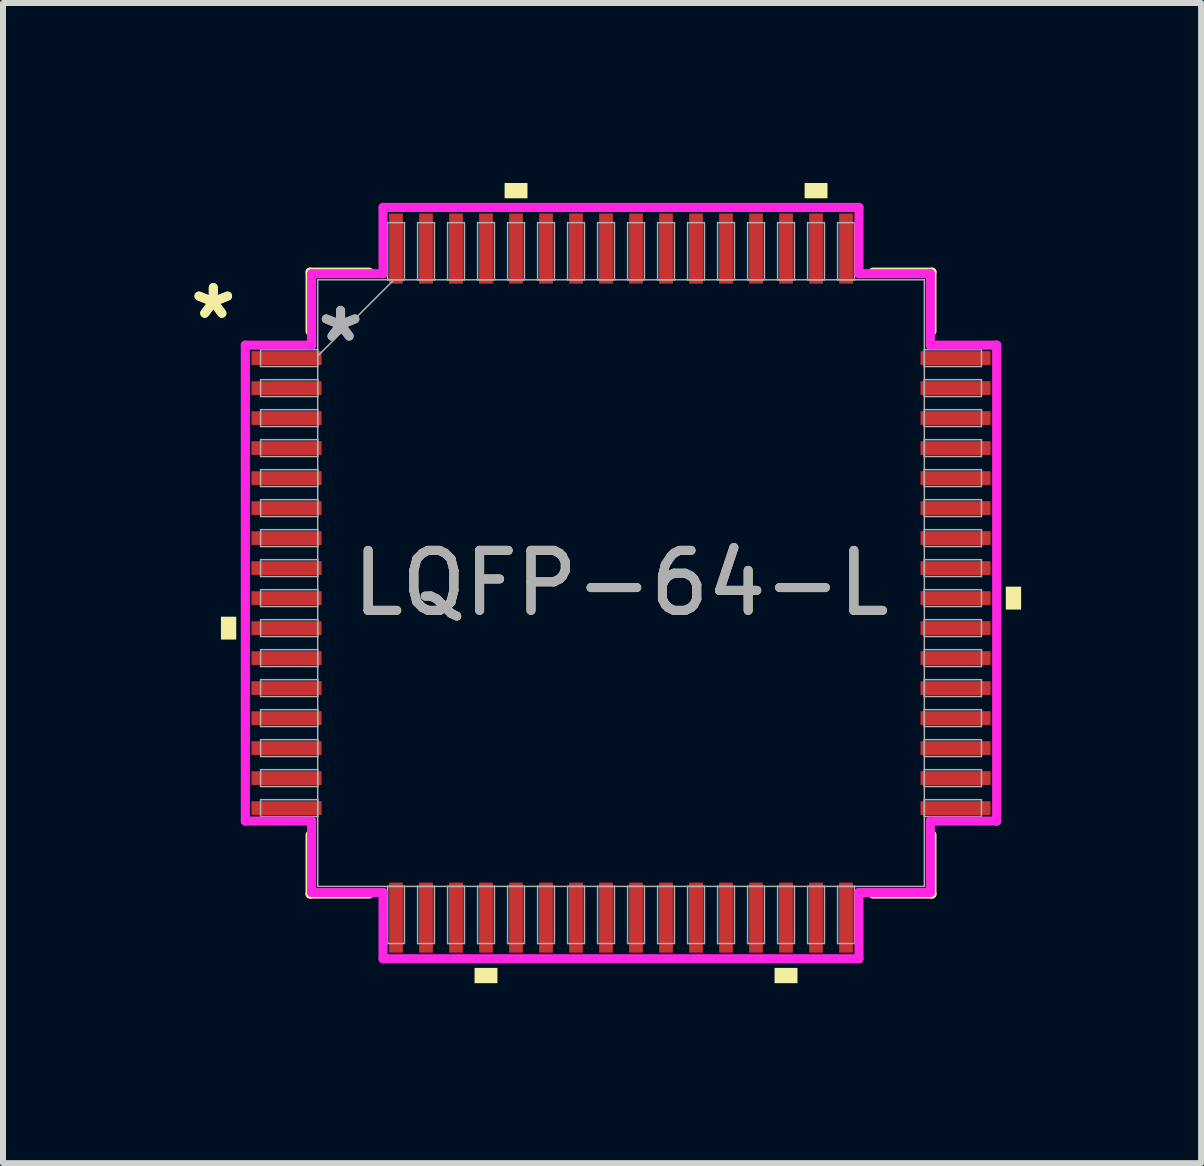
<source format=kicad_pcb>
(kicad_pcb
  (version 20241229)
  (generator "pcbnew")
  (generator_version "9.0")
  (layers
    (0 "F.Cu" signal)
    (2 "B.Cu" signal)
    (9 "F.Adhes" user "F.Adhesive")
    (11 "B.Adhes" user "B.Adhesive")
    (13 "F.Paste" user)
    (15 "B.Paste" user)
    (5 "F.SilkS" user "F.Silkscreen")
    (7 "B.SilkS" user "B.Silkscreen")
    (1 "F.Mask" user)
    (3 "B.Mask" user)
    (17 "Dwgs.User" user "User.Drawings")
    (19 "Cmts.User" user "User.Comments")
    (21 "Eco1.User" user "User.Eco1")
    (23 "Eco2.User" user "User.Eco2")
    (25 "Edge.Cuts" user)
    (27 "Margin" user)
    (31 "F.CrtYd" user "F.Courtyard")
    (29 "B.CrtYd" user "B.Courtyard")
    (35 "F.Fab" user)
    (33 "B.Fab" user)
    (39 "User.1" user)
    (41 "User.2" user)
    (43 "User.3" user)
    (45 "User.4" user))
  (footprint "LQFP-64-L"
    (layer "F.Cu")
    (at 7.3 6.668)
    (property "Reference" "LQFP-64-L" (at 0 0 0) (unlocked yes) (layer "F.SilkS") (effects (font (size 1 1) (thickness 0.15))))
    (attr smd)
    (fp_line (start -5.182 -5.182) (end -5.182 -4.197) (stroke (width 0.152) (type solid)) (layer "F.SilkS"))
    (fp_line (start -5.182 4.197) (end -5.182 5.182) (stroke (width 0.152) (type solid)) (layer "F.SilkS"))
    (fp_line (start -5.182 5.182) (end -4.197 5.182) (stroke (width 0.152) (type solid)) (layer "F.SilkS"))
    (fp_line (start -4.197 -5.182) (end -5.182 -5.182) (stroke (width 0.152) (type solid)) (layer "F.SilkS"))
    (fp_line (start 4.197 5.182) (end 5.182 5.182) (stroke (width 0.152) (type solid)) (layer "F.SilkS"))
    (fp_line (start 5.182 -5.182) (end 4.197 -5.182) (stroke (width 0.152) (type solid)) (layer "F.SilkS"))
    (fp_line (start 5.182 -4.197) (end 5.182 -5.182) (stroke (width 0.152) (type solid)) (layer "F.SilkS"))
    (fp_line (start 5.182 5.182) (end 5.182 4.197) (stroke (width 0.152) (type solid)) (layer "F.SilkS"))
    (fp_poly (pts (xy -6.668 0.56) (xy -6.668 0.941) (xy -6.413 0.941) (xy -6.413 0.56)) (stroke (width 0) (type solid)) (fill yes) (layer "F.SilkS"))
    (fp_poly (pts (xy -2.441 6.413) (xy -2.441 6.668) (xy -2.06 6.668) (xy -2.06 6.413)) (stroke (width 0) (type solid)) (fill yes) (layer "F.SilkS"))
    (fp_poly (pts (xy -1.94 -6.413) (xy -1.94 -6.668) (xy -1.559 -6.668) (xy -1.559 -6.413)) (stroke (width 0) (type solid)) (fill yes) (layer "F.SilkS"))
    (fp_poly (pts (xy 2.559 6.413) (xy 2.559 6.668) (xy 2.941 6.668) (xy 2.941 6.413)) (stroke (width 0) (type solid)) (fill yes) (layer "F.SilkS"))
    (fp_poly (pts (xy 3.06 -6.413) (xy 3.06 -6.668) (xy 3.441 -6.668) (xy 3.441 -6.413)) (stroke (width 0) (type solid)) (fill yes) (layer "F.SilkS"))
    (fp_poly (pts (xy 6.668 0.059) (xy 6.668 0.441) (xy 6.413 0.441) (xy 6.413 0.059)) (stroke (width 0) (type solid)) (fill yes) (layer "F.SilkS"))
    (fp_line (start -6.261 -3.966) (end -5.156 -3.966) (stroke (width 0.152) (type solid)) (layer "F.CrtYd"))
    (fp_line (start -6.261 3.966) (end -6.261 -3.966) (stroke (width 0.152) (type solid)) (layer "F.CrtYd"))
    (fp_line (start -5.156 -5.156) (end -3.966 -5.156) (stroke (width 0.152) (type solid)) (layer "F.CrtYd"))
    (fp_line (start -5.156 -3.966) (end -5.156 -5.156) (stroke (width 0.152) (type solid)) (layer "F.CrtYd"))
    (fp_line (start -5.156 3.966) (end -6.261 3.966) (stroke (width 0.152) (type solid)) (layer "F.CrtYd"))
    (fp_line (start -5.156 5.156) (end -5.156 3.966) (stroke (width 0.152) (type solid)) (layer "F.CrtYd"))
    (fp_line (start -5.156 5.156) (end -3.966 5.156) (stroke (width 0.152) (type solid)) (layer "F.CrtYd"))
    (fp_line (start -3.966 -6.261) (end 3.966 -6.261) (stroke (width 0.152) (type solid)) (layer "F.CrtYd"))
    (fp_line (start -3.966 -5.156) (end -3.966 -6.261) (stroke (width 0.152) (type solid)) (layer "F.CrtYd"))
    (fp_line (start -3.966 5.156) (end -3.966 6.261) (stroke (width 0.152) (type solid)) (layer "F.CrtYd"))
    (fp_line (start -3.966 6.261) (end 3.966 6.261) (stroke (width 0.152) (type solid)) (layer "F.CrtYd"))
    (fp_line (start 3.966 -6.261) (end 3.966 -5.156) (stroke (width 0.152) (type solid)) (layer "F.CrtYd"))
    (fp_line (start 3.966 -5.156) (end 5.156 -5.156) (stroke (width 0.152) (type solid)) (layer "F.CrtYd"))
    (fp_line (start 3.966 5.156) (end 5.156 5.156) (stroke (width 0.152) (type solid)) (layer "F.CrtYd"))
    (fp_line (start 3.966 6.261) (end 3.966 5.156) (stroke (width 0.152) (type solid)) (layer "F.CrtYd"))
    (fp_line (start 5.156 -3.966) (end 5.156 -5.156) (stroke (width 0.152) (type solid)) (layer "F.CrtYd"))
    (fp_line (start 5.156 3.966) (end 6.261 3.966) (stroke (width 0.152) (type solid)) (layer "F.CrtYd"))
    (fp_line (start 5.156 5.156) (end 5.156 3.966) (stroke (width 0.152) (type solid)) (layer "F.CrtYd"))
    (fp_line (start 6.261 -3.966) (end 5.156 -3.966) (stroke (width 0.152) (type solid)) (layer "F.CrtYd"))
    (fp_line (start 6.261 3.966) (end 6.261 -3.966) (stroke (width 0.152) (type solid)) (layer "F.CrtYd"))
    (fp_line (start -6.007 -3.89) (end -6.007 -3.61) (stroke (width 0.025) (type solid)) (layer "F.Fab"))
    (fp_line (start -6.007 -3.61) (end -5.055 -3.61) (stroke (width 0.025) (type solid)) (layer "F.Fab"))
    (fp_line (start -6.007 -3.39) (end -6.007 -3.11) (stroke (width 0.025) (type solid)) (layer "F.Fab"))
    (fp_line (start -6.007 -3.11) (end -5.055 -3.11) (stroke (width 0.025) (type solid)) (layer "F.Fab"))
    (fp_line (start -6.007 -2.89) (end -6.007 -2.61) (stroke (width 0.025) (type solid)) (layer "F.Fab"))
    (fp_line (start -6.007 -2.61) (end -5.055 -2.61) (stroke (width 0.025) (type solid)) (layer "F.Fab"))
    (fp_line (start -6.007 -2.39) (end -6.007 -2.11) (stroke (width 0.025) (type solid)) (layer "F.Fab"))
    (fp_line (start -6.007 -2.11) (end -5.055 -2.11) (stroke (width 0.025) (type solid)) (layer "F.Fab"))
    (fp_line (start -6.007 -1.89) (end -6.007 -1.61) (stroke (width 0.025) (type solid)) (layer "F.Fab"))
    (fp_line (start -6.007 -1.61) (end -5.055 -1.61) (stroke (width 0.025) (type solid)) (layer "F.Fab"))
    (fp_line (start -6.007 -1.39) (end -6.007 -1.11) (stroke (width 0.025) (type solid)) (layer "F.Fab"))
    (fp_line (start -6.007 -1.11) (end -5.055 -1.11) (stroke (width 0.025) (type solid)) (layer "F.Fab"))
    (fp_line (start -6.007 -0.89) (end -6.007 -0.61) (stroke (width 0.025) (type solid)) (layer "F.Fab"))
    (fp_line (start -6.007 -0.61) (end -5.055 -0.61) (stroke (width 0.025) (type solid)) (layer "F.Fab"))
    (fp_line (start -6.007 -0.39) (end -6.007 -0.11) (stroke (width 0.025) (type solid)) (layer "F.Fab"))
    (fp_line (start -6.007 -0.11) (end -5.055 -0.11) (stroke (width 0.025) (type solid)) (layer "F.Fab"))
    (fp_line (start -6.007 0.11) (end -6.007 0.39) (stroke (width 0.025) (type solid)) (layer "F.Fab"))
    (fp_line (start -6.007 0.39) (end -5.055 0.39) (stroke (width 0.025) (type solid)) (layer "F.Fab"))
    (fp_line (start -6.007 0.61) (end -6.007 0.89) (stroke (width 0.025) (type solid)) (layer "F.Fab"))
    (fp_line (start -6.007 0.89) (end -5.055 0.89) (stroke (width 0.025) (type solid)) (layer "F.Fab"))
    (fp_line (start -6.007 1.11) (end -6.007 1.39) (stroke (width 0.025) (type solid)) (layer "F.Fab"))
    (fp_line (start -6.007 1.39) (end -5.055 1.39) (stroke (width 0.025) (type solid)) (layer "F.Fab"))
    (fp_line (start -6.007 1.61) (end -6.007 1.89) (stroke (width 0.025) (type solid)) (layer "F.Fab"))
    (fp_line (start -6.007 1.89) (end -5.055 1.89) (stroke (width 0.025) (type solid)) (layer "F.Fab"))
    (fp_line (start -6.007 2.11) (end -6.007 2.39) (stroke (width 0.025) (type solid)) (layer "F.Fab"))
    (fp_line (start -6.007 2.39) (end -5.055 2.39) (stroke (width 0.025) (type solid)) (layer "F.Fab"))
    (fp_line (start -6.007 2.61) (end -6.007 2.89) (stroke (width 0.025) (type solid)) (layer "F.Fab"))
    (fp_line (start -6.007 2.89) (end -5.055 2.89) (stroke (width 0.025) (type solid)) (layer "F.Fab"))
    (fp_line (start -6.007 3.11) (end -6.007 3.39) (stroke (width 0.025) (type solid)) (layer "F.Fab"))
    (fp_line (start -6.007 3.39) (end -5.055 3.39) (stroke (width 0.025) (type solid)) (layer "F.Fab"))
    (fp_line (start -6.007 3.61) (end -6.007 3.89) (stroke (width 0.025) (type solid)) (layer "F.Fab"))
    (fp_line (start -6.007 3.89) (end -5.055 3.89) (stroke (width 0.025) (type solid)) (layer "F.Fab"))
    (fp_line (start -5.055 -5.055) (end -5.055 5.055) (stroke (width 0.025) (type solid)) (layer "F.Fab"))
    (fp_line (start -5.055 -3.89) (end -6.007 -3.89) (stroke (width 0.025) (type solid)) (layer "F.Fab"))
    (fp_line (start -5.055 -3.785) (end -3.785 -5.055) (stroke (width 0.025) (type solid)) (layer "F.Fab"))
    (fp_line (start -5.055 -3.61) (end -5.055 -3.89) (stroke (width 0.025) (type solid)) (layer "F.Fab"))
    (fp_line (start -5.055 -3.39) (end -6.007 -3.39) (stroke (width 0.025) (type solid)) (layer "F.Fab"))
    (fp_line (start -5.055 -3.11) (end -5.055 -3.39) (stroke (width 0.025) (type solid)) (layer "F.Fab"))
    (fp_line (start -5.055 -2.89) (end -6.007 -2.89) (stroke (width 0.025) (type solid)) (layer "F.Fab"))
    (fp_line (start -5.055 -2.61) (end -5.055 -2.89) (stroke (width 0.025) (type solid)) (layer "F.Fab"))
    (fp_line (start -5.055 -2.39) (end -6.007 -2.39) (stroke (width 0.025) (type solid)) (layer "F.Fab"))
    (fp_line (start -5.055 -2.11) (end -5.055 -2.39) (stroke (width 0.025) (type solid)) (layer "F.Fab"))
    (fp_line (start -5.055 -1.89) (end -6.007 -1.89) (stroke (width 0.025) (type solid)) (layer "F.Fab"))
    (fp_line (start -5.055 -1.61) (end -5.055 -1.89) (stroke (width 0.025) (type solid)) (layer "F.Fab"))
    (fp_line (start -5.055 -1.39) (end -6.007 -1.39) (stroke (width 0.025) (type solid)) (layer "F.Fab"))
    (fp_line (start -5.055 -1.11) (end -5.055 -1.39) (stroke (width 0.025) (type solid)) (layer "F.Fab"))
    (fp_line (start -5.055 -0.89) (end -6.007 -0.89) (stroke (width 0.025) (type solid)) (layer "F.Fab"))
    (fp_line (start -5.055 -0.61) (end -5.055 -0.89) (stroke (width 0.025) (type solid)) (layer "F.Fab"))
    (fp_line (start -5.055 -0.39) (end -6.007 -0.39) (stroke (width 0.025) (type solid)) (layer "F.Fab"))
    (fp_line (start -5.055 -0.11) (end -5.055 -0.39) (stroke (width 0.025) (type solid)) (layer "F.Fab"))
    (fp_line (start -5.055 0.11) (end -6.007 0.11) (stroke (width 0.025) (type solid)) (layer "F.Fab"))
    (fp_line (start -5.055 0.39) (end -5.055 0.11) (stroke (width 0.025) (type solid)) (layer "F.Fab"))
    (fp_line (start -5.055 0.61) (end -6.007 0.61) (stroke (width 0.025) (type solid)) (layer "F.Fab"))
    (fp_line (start -5.055 0.89) (end -5.055 0.61) (stroke (width 0.025) (type solid)) (layer "F.Fab"))
    (fp_line (start -5.055 1.11) (end -6.007 1.11) (stroke (width 0.025) (type solid)) (layer "F.Fab"))
    (fp_line (start -5.055 1.39) (end -5.055 1.11) (stroke (width 0.025) (type solid)) (layer "F.Fab"))
    (fp_line (start -5.055 1.61) (end -6.007 1.61) (stroke (width 0.025) (type solid)) (layer "F.Fab"))
    (fp_line (start -5.055 1.89) (end -5.055 1.61) (stroke (width 0.025) (type solid)) (layer "F.Fab"))
    (fp_line (start -5.055 2.11) (end -6.007 2.11) (stroke (width 0.025) (type solid)) (layer "F.Fab"))
    (fp_line (start -5.055 2.39) (end -5.055 2.11) (stroke (width 0.025) (type solid)) (layer "F.Fab"))
    (fp_line (start -5.055 2.61) (end -6.007 2.61) (stroke (width 0.025) (type solid)) (layer "F.Fab"))
    (fp_line (start -5.055 2.89) (end -5.055 2.61) (stroke (width 0.025) (type solid)) (layer "F.Fab"))
    (fp_line (start -5.055 3.11) (end -6.007 3.11) (stroke (width 0.025) (type solid)) (layer "F.Fab"))
    (fp_line (start -5.055 3.39) (end -5.055 3.11) (stroke (width 0.025) (type solid)) (layer "F.Fab"))
    (fp_line (start -5.055 3.61) (end -6.007 3.61) (stroke (width 0.025) (type solid)) (layer "F.Fab"))
    (fp_line (start -5.055 3.89) (end -5.055 3.61) (stroke (width 0.025) (type solid)) (layer "F.Fab"))
    (fp_line (start -5.055 5.055) (end 5.055 5.055) (stroke (width 0.025) (type solid)) (layer "F.Fab"))
    (fp_line (start -3.89 -6.007) (end -3.89 -5.055) (stroke (width 0.025) (type solid)) (layer "F.Fab"))
    (fp_line (start -3.89 -5.055) (end -3.61 -5.055) (stroke (width 0.025) (type solid)) (layer "F.Fab"))
    (fp_line (start -3.89 5.055) (end -3.89 6.007) (stroke (width 0.025) (type solid)) (layer "F.Fab"))
    (fp_line (start -3.89 6.007) (end -3.61 6.007) (stroke (width 0.025) (type solid)) (layer "F.Fab"))
    (fp_line (start -3.61 -6.007) (end -3.89 -6.007) (stroke (width 0.025) (type solid)) (layer "F.Fab"))
    (fp_line (start -3.61 -5.055) (end -3.61 -6.007) (stroke (width 0.025) (type solid)) (layer "F.Fab"))
    (fp_line (start -3.61 5.055) (end -3.89 5.055) (stroke (width 0.025) (type solid)) (layer "F.Fab"))
    (fp_line (start -3.61 6.007) (end -3.61 5.055) (stroke (width 0.025) (type solid)) (layer "F.Fab"))
    (fp_line (start -3.39 -6.007) (end -3.39 -5.055) (stroke (width 0.025) (type solid)) (layer "F.Fab"))
    (fp_line (start -3.39 -5.055) (end -3.11 -5.055) (stroke (width 0.025) (type solid)) (layer "F.Fab"))
    (fp_line (start -3.39 5.055) (end -3.39 6.007) (stroke (width 0.025) (type solid)) (layer "F.Fab"))
    (fp_line (start -3.39 6.007) (end -3.11 6.007) (stroke (width 0.025) (type solid)) (layer "F.Fab"))
    (fp_line (start -3.11 -6.007) (end -3.39 -6.007) (stroke (width 0.025) (type solid)) (layer "F.Fab"))
    (fp_line (start -3.11 -5.055) (end -3.11 -6.007) (stroke (width 0.025) (type solid)) (layer "F.Fab"))
    (fp_line (start -3.11 5.055) (end -3.39 5.055) (stroke (width 0.025) (type solid)) (layer "F.Fab"))
    (fp_line (start -3.11 6.007) (end -3.11 5.055) (stroke (width 0.025) (type solid)) (layer "F.Fab"))
    (fp_line (start -2.89 -6.007) (end -2.89 -5.055) (stroke (width 0.025) (type solid)) (layer "F.Fab"))
    (fp_line (start -2.89 -5.055) (end -2.61 -5.055) (stroke (width 0.025) (type solid)) (layer "F.Fab"))
    (fp_line (start -2.89 5.055) (end -2.89 6.007) (stroke (width 0.025) (type solid)) (layer "F.Fab"))
    (fp_line (start -2.89 6.007) (end -2.61 6.007) (stroke (width 0.025) (type solid)) (layer "F.Fab"))
    (fp_line (start -2.61 -6.007) (end -2.89 -6.007) (stroke (width 0.025) (type solid)) (layer "F.Fab"))
    (fp_line (start -2.61 -5.055) (end -2.61 -6.007) (stroke (width 0.025) (type solid)) (layer "F.Fab"))
    (fp_line (start -2.61 5.055) (end -2.89 5.055) (stroke (width 0.025) (type solid)) (layer "F.Fab"))
    (fp_line (start -2.61 6.007) (end -2.61 5.055) (stroke (width 0.025) (type solid)) (layer "F.Fab"))
    (fp_line (start -2.39 -6.007) (end -2.39 -5.055) (stroke (width 0.025) (type solid)) (layer "F.Fab"))
    (fp_line (start -2.39 -5.055) (end -2.11 -5.055) (stroke (width 0.025) (type solid)) (layer "F.Fab"))
    (fp_line (start -2.39 5.055) (end -2.39 6.007) (stroke (width 0.025) (type solid)) (layer "F.Fab"))
    (fp_line (start -2.39 6.007) (end -2.11 6.007) (stroke (width 0.025) (type solid)) (layer "F.Fab"))
    (fp_line (start -2.11 -6.007) (end -2.39 -6.007) (stroke (width 0.025) (type solid)) (layer "F.Fab"))
    (fp_line (start -2.11 -5.055) (end -2.11 -6.007) (stroke (width 0.025) (type solid)) (layer "F.Fab"))
    (fp_line (start -2.11 5.055) (end -2.39 5.055) (stroke (width 0.025) (type solid)) (layer "F.Fab"))
    (fp_line (start -2.11 6.007) (end -2.11 5.055) (stroke (width 0.025) (type solid)) (layer "F.Fab"))
    (fp_line (start -1.89 -6.007) (end -1.89 -5.055) (stroke (width 0.025) (type solid)) (layer "F.Fab"))
    (fp_line (start -1.89 -5.055) (end -1.61 -5.055) (stroke (width 0.025) (type solid)) (layer "F.Fab"))
    (fp_line (start -1.89 5.055) (end -1.89 6.007) (stroke (width 0.025) (type solid)) (layer "F.Fab"))
    (fp_line (start -1.89 6.007) (end -1.61 6.007) (stroke (width 0.025) (type solid)) (layer "F.Fab"))
    (fp_line (start -1.61 -6.007) (end -1.89 -6.007) (stroke (width 0.025) (type solid)) (layer "F.Fab"))
    (fp_line (start -1.61 -5.055) (end -1.61 -6.007) (stroke (width 0.025) (type solid)) (layer "F.Fab"))
    (fp_line (start -1.61 5.055) (end -1.89 5.055) (stroke (width 0.025) (type solid)) (layer "F.Fab"))
    (fp_line (start -1.61 6.007) (end -1.61 5.055) (stroke (width 0.025) (type solid)) (layer "F.Fab"))
    (fp_line (start -1.39 -6.007) (end -1.39 -5.055) (stroke (width 0.025) (type solid)) (layer "F.Fab"))
    (fp_line (start -1.39 -5.055) (end -1.11 -5.055) (stroke (width 0.025) (type solid)) (layer "F.Fab"))
    (fp_line (start -1.39 5.055) (end -1.39 6.007) (stroke (width 0.025) (type solid)) (layer "F.Fab"))
    (fp_line (start -1.39 6.007) (end -1.11 6.007) (stroke (width 0.025) (type solid)) (layer "F.Fab"))
    (fp_line (start -1.11 -6.007) (end -1.39 -6.007) (stroke (width 0.025) (type solid)) (layer "F.Fab"))
    (fp_line (start -1.11 -5.055) (end -1.11 -6.007) (stroke (width 0.025) (type solid)) (layer "F.Fab"))
    (fp_line (start -1.11 5.055) (end -1.39 5.055) (stroke (width 0.025) (type solid)) (layer "F.Fab"))
    (fp_line (start -1.11 6.007) (end -1.11 5.055) (stroke (width 0.025) (type solid)) (layer "F.Fab"))
    (fp_line (start -0.89 -6.007) (end -0.89 -5.055) (stroke (width 0.025) (type solid)) (layer "F.Fab"))
    (fp_line (start -0.89 -5.055) (end -0.61 -5.055) (stroke (width 0.025) (type solid)) (layer "F.Fab"))
    (fp_line (start -0.89 5.055) (end -0.89 6.007) (stroke (width 0.025) (type solid)) (layer "F.Fab"))
    (fp_line (start -0.89 6.007) (end -0.61 6.007) (stroke (width 0.025) (type solid)) (layer "F.Fab"))
    (fp_line (start -0.61 -6.007) (end -0.89 -6.007) (stroke (width 0.025) (type solid)) (layer "F.Fab"))
    (fp_line (start -0.61 -5.055) (end -0.61 -6.007) (stroke (width 0.025) (type solid)) (layer "F.Fab"))
    (fp_line (start -0.61 5.055) (end -0.89 5.055) (stroke (width 0.025) (type solid)) (layer "F.Fab"))
    (fp_line (start -0.61 6.007) (end -0.61 5.055) (stroke (width 0.025) (type solid)) (layer "F.Fab"))
    (fp_line (start -0.39 -6.007) (end -0.39 -5.055) (stroke (width 0.025) (type solid)) (layer "F.Fab"))
    (fp_line (start -0.39 -5.055) (end -0.11 -5.055) (stroke (width 0.025) (type solid)) (layer "F.Fab"))
    (fp_line (start -0.39 5.055) (end -0.39 6.007) (stroke (width 0.025) (type solid)) (layer "F.Fab"))
    (fp_line (start -0.39 6.007) (end -0.11 6.007) (stroke (width 0.025) (type solid)) (layer "F.Fab"))
    (fp_line (start -0.11 -6.007) (end -0.39 -6.007) (stroke (width 0.025) (type solid)) (layer "F.Fab"))
    (fp_line (start -0.11 -5.055) (end -0.11 -6.007) (stroke (width 0.025) (type solid)) (layer "F.Fab"))
    (fp_line (start -0.11 5.055) (end -0.39 5.055) (stroke (width 0.025) (type solid)) (layer "F.Fab"))
    (fp_line (start -0.11 6.007) (end -0.11 5.055) (stroke (width 0.025) (type solid)) (layer "F.Fab"))
    (fp_line (start 0.11 -6.007) (end 0.11 -5.055) (stroke (width 0.025) (type solid)) (layer "F.Fab"))
    (fp_line (start 0.11 -5.055) (end 0.39 -5.055) (stroke (width 0.025) (type solid)) (layer "F.Fab"))
    (fp_line (start 0.11 5.055) (end 0.11 6.007) (stroke (width 0.025) (type solid)) (layer "F.Fab"))
    (fp_line (start 0.11 6.007) (end 0.39 6.007) (stroke (width 0.025) (type solid)) (layer "F.Fab"))
    (fp_line (start 0.39 -6.007) (end 0.11 -6.007) (stroke (width 0.025) (type solid)) (layer "F.Fab"))
    (fp_line (start 0.39 -5.055) (end 0.39 -6.007) (stroke (width 0.025) (type solid)) (layer "F.Fab"))
    (fp_line (start 0.39 5.055) (end 0.11 5.055) (stroke (width 0.025) (type solid)) (layer "F.Fab"))
    (fp_line (start 0.39 6.007) (end 0.39 5.055) (stroke (width 0.025) (type solid)) (layer "F.Fab"))
    (fp_line (start 0.61 -6.007) (end 0.61 -5.055) (stroke (width 0.025) (type solid)) (layer "F.Fab"))
    (fp_line (start 0.61 -5.055) (end 0.89 -5.055) (stroke (width 0.025) (type solid)) (layer "F.Fab"))
    (fp_line (start 0.61 5.055) (end 0.61 6.007) (stroke (width 0.025) (type solid)) (layer "F.Fab"))
    (fp_line (start 0.61 6.007) (end 0.89 6.007) (stroke (width 0.025) (type solid)) (layer "F.Fab"))
    (fp_line (start 0.89 -6.007) (end 0.61 -6.007) (stroke (width 0.025) (type solid)) (layer "F.Fab"))
    (fp_line (start 0.89 -5.055) (end 0.89 -6.007) (stroke (width 0.025) (type solid)) (layer "F.Fab"))
    (fp_line (start 0.89 5.055) (end 0.61 5.055) (stroke (width 0.025) (type solid)) (layer "F.Fab"))
    (fp_line (start 0.89 6.007) (end 0.89 5.055) (stroke (width 0.025) (type solid)) (layer "F.Fab"))
    (fp_line (start 1.11 -6.007) (end 1.11 -5.055) (stroke (width 0.025) (type solid)) (layer "F.Fab"))
    (fp_line (start 1.11 -5.055) (end 1.39 -5.055) (stroke (width 0.025) (type solid)) (layer "F.Fab"))
    (fp_line (start 1.11 5.055) (end 1.11 6.007) (stroke (width 0.025) (type solid)) (layer "F.Fab"))
    (fp_line (start 1.11 6.007) (end 1.39 6.007) (stroke (width 0.025) (type solid)) (layer "F.Fab"))
    (fp_line (start 1.39 -6.007) (end 1.11 -6.007) (stroke (width 0.025) (type solid)) (layer "F.Fab"))
    (fp_line (start 1.39 -5.055) (end 1.39 -6.007) (stroke (width 0.025) (type solid)) (layer "F.Fab"))
    (fp_line (start 1.39 5.055) (end 1.11 5.055) (stroke (width 0.025) (type solid)) (layer "F.Fab"))
    (fp_line (start 1.39 6.007) (end 1.39 5.055) (stroke (width 0.025) (type solid)) (layer "F.Fab"))
    (fp_line (start 1.61 -6.007) (end 1.61 -5.055) (stroke (width 0.025) (type solid)) (layer "F.Fab"))
    (fp_line (start 1.61 -5.055) (end 1.89 -5.055) (stroke (width 0.025) (type solid)) (layer "F.Fab"))
    (fp_line (start 1.61 5.055) (end 1.61 6.007) (stroke (width 0.025) (type solid)) (layer "F.Fab"))
    (fp_line (start 1.61 6.007) (end 1.89 6.007) (stroke (width 0.025) (type solid)) (layer "F.Fab"))
    (fp_line (start 1.89 -6.007) (end 1.61 -6.007) (stroke (width 0.025) (type solid)) (layer "F.Fab"))
    (fp_line (start 1.89 -5.055) (end 1.89 -6.007) (stroke (width 0.025) (type solid)) (layer "F.Fab"))
    (fp_line (start 1.89 5.055) (end 1.61 5.055) (stroke (width 0.025) (type solid)) (layer "F.Fab"))
    (fp_line (start 1.89 6.007) (end 1.89 5.055) (stroke (width 0.025) (type solid)) (layer "F.Fab"))
    (fp_line (start 2.11 -6.007) (end 2.11 -5.055) (stroke (width 0.025) (type solid)) (layer "F.Fab"))
    (fp_line (start 2.11 -5.055) (end 2.39 -5.055) (stroke (width 0.025) (type solid)) (layer "F.Fab"))
    (fp_line (start 2.11 5.055) (end 2.11 6.007) (stroke (width 0.025) (type solid)) (layer "F.Fab"))
    (fp_line (start 2.11 6.007) (end 2.39 6.007) (stroke (width 0.025) (type solid)) (layer "F.Fab"))
    (fp_line (start 2.39 -6.007) (end 2.11 -6.007) (stroke (width 0.025) (type solid)) (layer "F.Fab"))
    (fp_line (start 2.39 -5.055) (end 2.39 -6.007) (stroke (width 0.025) (type solid)) (layer "F.Fab"))
    (fp_line (start 2.39 5.055) (end 2.11 5.055) (stroke (width 0.025) (type solid)) (layer "F.Fab"))
    (fp_line (start 2.39 6.007) (end 2.39 5.055) (stroke (width 0.025) (type solid)) (layer "F.Fab"))
    (fp_line (start 2.61 -6.007) (end 2.61 -5.055) (stroke (width 0.025) (type solid)) (layer "F.Fab"))
    (fp_line (start 2.61 -5.055) (end 2.89 -5.055) (stroke (width 0.025) (type solid)) (layer "F.Fab"))
    (fp_line (start 2.61 5.055) (end 2.61 6.007) (stroke (width 0.025) (type solid)) (layer "F.Fab"))
    (fp_line (start 2.61 6.007) (end 2.89 6.007) (stroke (width 0.025) (type solid)) (layer "F.Fab"))
    (fp_line (start 2.89 -6.007) (end 2.61 -6.007) (stroke (width 0.025) (type solid)) (layer "F.Fab"))
    (fp_line (start 2.89 -5.055) (end 2.89 -6.007) (stroke (width 0.025) (type solid)) (layer "F.Fab"))
    (fp_line (start 2.89 5.055) (end 2.61 5.055) (stroke (width 0.025) (type solid)) (layer "F.Fab"))
    (fp_line (start 2.89 6.007) (end 2.89 5.055) (stroke (width 0.025) (type solid)) (layer "F.Fab"))
    (fp_line (start 3.11 -6.007) (end 3.11 -5.055) (stroke (width 0.025) (type solid)) (layer "F.Fab"))
    (fp_line (start 3.11 -5.055) (end 3.39 -5.055) (stroke (width 0.025) (type solid)) (layer "F.Fab"))
    (fp_line (start 3.11 5.055) (end 3.11 6.007) (stroke (width 0.025) (type solid)) (layer "F.Fab"))
    (fp_line (start 3.11 6.007) (end 3.39 6.007) (stroke (width 0.025) (type solid)) (layer "F.Fab"))
    (fp_line (start 3.39 -6.007) (end 3.11 -6.007) (stroke (width 0.025) (type solid)) (layer "F.Fab"))
    (fp_line (start 3.39 -5.055) (end 3.39 -6.007) (stroke (width 0.025) (type solid)) (layer "F.Fab"))
    (fp_line (start 3.39 5.055) (end 3.11 5.055) (stroke (width 0.025) (type solid)) (layer "F.Fab"))
    (fp_line (start 3.39 6.007) (end 3.39 5.055) (stroke (width 0.025) (type solid)) (layer "F.Fab"))
    (fp_line (start 3.61 -6.007) (end 3.61 -5.055) (stroke (width 0.025) (type solid)) (layer "F.Fab"))
    (fp_line (start 3.61 -5.055) (end 3.89 -5.055) (stroke (width 0.025) (type solid)) (layer "F.Fab"))
    (fp_line (start 3.61 5.055) (end 3.61 6.007) (stroke (width 0.025) (type solid)) (layer "F.Fab"))
    (fp_line (start 3.61 6.007) (end 3.89 6.007) (stroke (width 0.025) (type solid)) (layer "F.Fab"))
    (fp_line (start 3.89 -6.007) (end 3.61 -6.007) (stroke (width 0.025) (type solid)) (layer "F.Fab"))
    (fp_line (start 3.89 -5.055) (end 3.89 -6.007) (stroke (width 0.025) (type solid)) (layer "F.Fab"))
    (fp_line (start 3.89 5.055) (end 3.61 5.055) (stroke (width 0.025) (type solid)) (layer "F.Fab"))
    (fp_line (start 3.89 6.007) (end 3.89 5.055) (stroke (width 0.025) (type solid)) (layer "F.Fab"))
    (fp_line (start 5.055 -5.055) (end -5.055 -5.055) (stroke (width 0.025) (type solid)) (layer "F.Fab"))
    (fp_line (start 5.055 -3.89) (end 5.055 -3.61) (stroke (width 0.025) (type solid)) (layer "F.Fab"))
    (fp_line (start 5.055 -3.61) (end 6.007 -3.61) (stroke (width 0.025) (type solid)) (layer "F.Fab"))
    (fp_line (start 5.055 -3.39) (end 5.055 -3.11) (stroke (width 0.025) (type solid)) (layer "F.Fab"))
    (fp_line (start 5.055 -3.11) (end 6.007 -3.11) (stroke (width 0.025) (type solid)) (layer "F.Fab"))
    (fp_line (start 5.055 -2.89) (end 5.055 -2.61) (stroke (width 0.025) (type solid)) (layer "F.Fab"))
    (fp_line (start 5.055 -2.61) (end 6.007 -2.61) (stroke (width 0.025) (type solid)) (layer "F.Fab"))
    (fp_line (start 5.055 -2.39) (end 5.055 -2.11) (stroke (width 0.025) (type solid)) (layer "F.Fab"))
    (fp_line (start 5.055 -2.11) (end 6.007 -2.11) (stroke (width 0.025) (type solid)) (layer "F.Fab"))
    (fp_line (start 5.055 -1.89) (end 5.055 -1.61) (stroke (width 0.025) (type solid)) (layer "F.Fab"))
    (fp_line (start 5.055 -1.61) (end 6.007 -1.61) (stroke (width 0.025) (type solid)) (layer "F.Fab"))
    (fp_line (start 5.055 -1.39) (end 5.055 -1.11) (stroke (width 0.025) (type solid)) (layer "F.Fab"))
    (fp_line (start 5.055 -1.11) (end 6.007 -1.11) (stroke (width 0.025) (type solid)) (layer "F.Fab"))
    (fp_line (start 5.055 -0.89) (end 5.055 -0.61) (stroke (width 0.025) (type solid)) (layer "F.Fab"))
    (fp_line (start 5.055 -0.61) (end 6.007 -0.61) (stroke (width 0.025) (type solid)) (layer "F.Fab"))
    (fp_line (start 5.055 -0.39) (end 5.055 -0.11) (stroke (width 0.025) (type solid)) (layer "F.Fab"))
    (fp_line (start 5.055 -0.11) (end 6.007 -0.11) (stroke (width 0.025) (type solid)) (layer "F.Fab"))
    (fp_line (start 5.055 0.11) (end 5.055 0.39) (stroke (width 0.025) (type solid)) (layer "F.Fab"))
    (fp_line (start 5.055 0.39) (end 6.007 0.39) (stroke (width 0.025) (type solid)) (layer "F.Fab"))
    (fp_line (start 5.055 0.61) (end 5.055 0.89) (stroke (width 0.025) (type solid)) (layer "F.Fab"))
    (fp_line (start 5.055 0.89) (end 6.007 0.89) (stroke (width 0.025) (type solid)) (layer "F.Fab"))
    (fp_line (start 5.055 1.11) (end 5.055 1.39) (stroke (width 0.025) (type solid)) (layer "F.Fab"))
    (fp_line (start 5.055 1.39) (end 6.007 1.39) (stroke (width 0.025) (type solid)) (layer "F.Fab"))
    (fp_line (start 5.055 1.61) (end 5.055 1.89) (stroke (width 0.025) (type solid)) (layer "F.Fab"))
    (fp_line (start 5.055 1.89) (end 6.007 1.89) (stroke (width 0.025) (type solid)) (layer "F.Fab"))
    (fp_line (start 5.055 2.11) (end 5.055 2.39) (stroke (width 0.025) (type solid)) (layer "F.Fab"))
    (fp_line (start 5.055 2.39) (end 6.007 2.39) (stroke (width 0.025) (type solid)) (layer "F.Fab"))
    (fp_line (start 5.055 2.61) (end 5.055 2.89) (stroke (width 0.025) (type solid)) (layer "F.Fab"))
    (fp_line (start 5.055 2.89) (end 6.007 2.89) (stroke (width 0.025) (type solid)) (layer "F.Fab"))
    (fp_line (start 5.055 3.11) (end 5.055 3.39) (stroke (width 0.025) (type solid)) (layer "F.Fab"))
    (fp_line (start 5.055 3.39) (end 6.007 3.39) (stroke (width 0.025) (type solid)) (layer "F.Fab"))
    (fp_line (start 5.055 3.61) (end 5.055 3.89) (stroke (width 0.025) (type solid)) (layer "F.Fab"))
    (fp_line (start 5.055 3.89) (end 6.007 3.89) (stroke (width 0.025) (type solid)) (layer "F.Fab"))
    (fp_line (start 5.055 5.055) (end 5.055 -5.055) (stroke (width 0.025) (type solid)) (layer "F.Fab"))
    (fp_line (start 6.007 -3.89) (end 5.055 -3.89) (stroke (width 0.025) (type solid)) (layer "F.Fab"))
    (fp_line (start 6.007 -3.61) (end 6.007 -3.89) (stroke (width 0.025) (type solid)) (layer "F.Fab"))
    (fp_line (start 6.007 -3.39) (end 5.055 -3.39) (stroke (width 0.025) (type solid)) (layer "F.Fab"))
    (fp_line (start 6.007 -3.11) (end 6.007 -3.39) (stroke (width 0.025) (type solid)) (layer "F.Fab"))
    (fp_line (start 6.007 -2.89) (end 5.055 -2.89) (stroke (width 0.025) (type solid)) (layer "F.Fab"))
    (fp_line (start 6.007 -2.61) (end 6.007 -2.89) (stroke (width 0.025) (type solid)) (layer "F.Fab"))
    (fp_line (start 6.007 -2.39) (end 5.055 -2.39) (stroke (width 0.025) (type solid)) (layer "F.Fab"))
    (fp_line (start 6.007 -2.11) (end 6.007 -2.39) (stroke (width 0.025) (type solid)) (layer "F.Fab"))
    (fp_line (start 6.007 -1.89) (end 5.055 -1.89) (stroke (width 0.025) (type solid)) (layer "F.Fab"))
    (fp_line (start 6.007 -1.61) (end 6.007 -1.89) (stroke (width 0.025) (type solid)) (layer "F.Fab"))
    (fp_line (start 6.007 -1.39) (end 5.055 -1.39) (stroke (width 0.025) (type solid)) (layer "F.Fab"))
    (fp_line (start 6.007 -1.11) (end 6.007 -1.39) (stroke (width 0.025) (type solid)) (layer "F.Fab"))
    (fp_line (start 6.007 -0.89) (end 5.055 -0.89) (stroke (width 0.025) (type solid)) (layer "F.Fab"))
    (fp_line (start 6.007 -0.61) (end 6.007 -0.89) (stroke (width 0.025) (type solid)) (layer "F.Fab"))
    (fp_line (start 6.007 -0.39) (end 5.055 -0.39) (stroke (width 0.025) (type solid)) (layer "F.Fab"))
    (fp_line (start 6.007 -0.11) (end 6.007 -0.39) (stroke (width 0.025) (type solid)) (layer "F.Fab"))
    (fp_line (start 6.007 0.11) (end 5.055 0.11) (stroke (width 0.025) (type solid)) (layer "F.Fab"))
    (fp_line (start 6.007 0.39) (end 6.007 0.11) (stroke (width 0.025) (type solid)) (layer "F.Fab"))
    (fp_line (start 6.007 0.61) (end 5.055 0.61) (stroke (width 0.025) (type solid)) (layer "F.Fab"))
    (fp_line (start 6.007 0.89) (end 6.007 0.61) (stroke (width 0.025) (type solid)) (layer "F.Fab"))
    (fp_line (start 6.007 1.11) (end 5.055 1.11) (stroke (width 0.025) (type solid)) (layer "F.Fab"))
    (fp_line (start 6.007 1.39) (end 6.007 1.11) (stroke (width 0.025) (type solid)) (layer "F.Fab"))
    (fp_line (start 6.007 1.61) (end 5.055 1.61) (stroke (width 0.025) (type solid)) (layer "F.Fab"))
    (fp_line (start 6.007 1.89) (end 6.007 1.61) (stroke (width 0.025) (type solid)) (layer "F.Fab"))
    (fp_line (start 6.007 2.11) (end 5.055 2.11) (stroke (width 0.025) (type solid)) (layer "F.Fab"))
    (fp_line (start 6.007 2.39) (end 6.007 2.11) (stroke (width 0.025) (type solid)) (layer "F.Fab"))
    (fp_line (start 6.007 2.61) (end 5.055 2.61) (stroke (width 0.025) (type solid)) (layer "F.Fab"))
    (fp_line (start 6.007 2.89) (end 6.007 2.61) (stroke (width 0.025) (type solid)) (layer "F.Fab"))
    (fp_line (start 6.007 3.11) (end 5.055 3.11) (stroke (width 0.025) (type solid)) (layer "F.Fab"))
    (fp_line (start 6.007 3.39) (end 6.007 3.11) (stroke (width 0.025) (type solid)) (layer "F.Fab"))
    (fp_line (start 6.007 3.61) (end 5.055 3.61) (stroke (width 0.025) (type solid)) (layer "F.Fab"))
    (fp_line (start 6.007 3.89) (end 6.007 3.61) (stroke (width 0.025) (type solid)) (layer "F.Fab"))
    (fp_text user "*" (at -6.795 -4.381 0) (layer "F.SilkS") (effects (font (size 1 1) (thickness 0.15))))
    (fp_text user "*" (at -6.795 -4.381 0) (unlocked yes) (layer "F.SilkS") (effects (font (size 1 1) (thickness 0.15))))
    (fp_text user "*" (at -4.674 -4 0) (unlocked yes) (layer "F.Fab") (effects (font (size 1 1) (thickness 0.15))))
    (fp_text user "*" (at -4.674 -4 0) (layer "F.Fab") (effects (font (size 1 1) (thickness 0.15))))
    (fp_text user "${REFERENCE}" (at 0 0 0) (unlocked yes) (layer "F.Fab") (effects (font (size 1 1) (thickness 0.15))))
    (pad "1" smd rect (at -5.575 -3.75 90) (size 0.229 1.168) (layers "F.Cu" "F.Mask" "F.Paste"))
    (pad "2" smd rect (at -5.575 -3.25 90) (size 0.229 1.168) (layers "F.Cu" "F.Mask" "F.Paste"))
    (pad "3" smd rect (at -5.575 -2.75 90) (size 0.229 1.168) (layers "F.Cu" "F.Mask" "F.Paste"))
    (pad "4" smd rect (at -5.575 -2.25 90) (size 0.229 1.168) (layers "F.Cu" "F.Mask" "F.Paste"))
    (pad "5" smd rect (at -5.575 -1.75 90) (size 0.229 1.168) (layers "F.Cu" "F.Mask" "F.Paste"))
    (pad "6" smd rect (at -5.575 -1.25 90) (size 0.229 1.168) (layers "F.Cu" "F.Mask" "F.Paste"))
    (pad "7" smd rect (at -5.575 -0.75 90) (size 0.229 1.168) (layers "F.Cu" "F.Mask" "F.Paste"))
    (pad "8" smd rect (at -5.575 -0.25 90) (size 0.229 1.168) (layers "F.Cu" "F.Mask" "F.Paste"))
    (pad "9" smd rect (at -5.575 0.25 90) (size 0.229 1.168) (layers "F.Cu" "F.Mask" "F.Paste"))
    (pad "10" smd rect (at -5.575 0.75 90) (size 0.229 1.168) (layers "F.Cu" "F.Mask" "F.Paste"))
    (pad "11" smd rect (at -5.575 1.25 90) (size 0.229 1.168) (layers "F.Cu" "F.Mask" "F.Paste"))
    (pad "12" smd rect (at -5.575 1.75 90) (size 0.229 1.168) (layers "F.Cu" "F.Mask" "F.Paste"))
    (pad "13" smd rect (at -5.575 2.25 90) (size 0.229 1.168) (layers "F.Cu" "F.Mask" "F.Paste"))
    (pad "14" smd rect (at -5.575 2.75 90) (size 0.229 1.168) (layers "F.Cu" "F.Mask" "F.Paste"))
    (pad "15" smd rect (at -5.575 3.25 90) (size 0.229 1.168) (layers "F.Cu" "F.Mask" "F.Paste"))
    (pad "16" smd rect (at -5.575 3.75 90) (size 0.229 1.168) (layers "F.Cu" "F.Mask" "F.Paste"))
    (pad "17" smd rect (at -3.75 5.575) (size 0.229 1.168) (layers "F.Cu" "F.Mask" "F.Paste"))
    (pad "18" smd rect (at -3.25 5.575) (size 0.229 1.168) (layers "F.Cu" "F.Mask" "F.Paste"))
    (pad "19" smd rect (at -2.75 5.575) (size 0.229 1.168) (layers "F.Cu" "F.Mask" "F.Paste"))
    (pad "20" smd rect (at -2.25 5.575) (size 0.229 1.168) (layers "F.Cu" "F.Mask" "F.Paste"))
    (pad "21" smd rect (at -1.75 5.575) (size 0.229 1.168) (layers "F.Cu" "F.Mask" "F.Paste"))
    (pad "22" smd rect (at -1.25 5.575) (size 0.229 1.168) (layers "F.Cu" "F.Mask" "F.Paste"))
    (pad "23" smd rect (at -0.75 5.575) (size 0.229 1.168) (layers "F.Cu" "F.Mask" "F.Paste"))
    (pad "24" smd rect (at -0.25 5.575) (size 0.229 1.168) (layers "F.Cu" "F.Mask" "F.Paste"))
    (pad "25" smd rect (at 0.25 5.575) (size 0.229 1.168) (layers "F.Cu" "F.Mask" "F.Paste"))
    (pad "26" smd rect (at 0.75 5.575) (size 0.229 1.168) (layers "F.Cu" "F.Mask" "F.Paste"))
    (pad "27" smd rect (at 1.25 5.575) (size 0.229 1.168) (layers "F.Cu" "F.Mask" "F.Paste"))
    (pad "28" smd rect (at 1.75 5.575) (size 0.229 1.168) (layers "F.Cu" "F.Mask" "F.Paste"))
    (pad "29" smd rect (at 2.25 5.575) (size 0.229 1.168) (layers "F.Cu" "F.Mask" "F.Paste"))
    (pad "30" smd rect (at 2.75 5.575) (size 0.229 1.168) (layers "F.Cu" "F.Mask" "F.Paste"))
    (pad "31" smd rect (at 3.25 5.575) (size 0.229 1.168) (layers "F.Cu" "F.Mask" "F.Paste"))
    (pad "32" smd rect (at 3.75 5.575) (size 0.229 1.168) (layers "F.Cu" "F.Mask" "F.Paste"))
    (pad "33" smd rect (at 5.575 3.75 90) (size 0.229 1.168) (layers "F.Cu" "F.Mask" "F.Paste"))
    (pad "34" smd rect (at 5.575 3.25 90) (size 0.229 1.168) (layers "F.Cu" "F.Mask" "F.Paste"))
    (pad "35" smd rect (at 5.575 2.75 90) (size 0.229 1.168) (layers "F.Cu" "F.Mask" "F.Paste"))
    (pad "36" smd rect (at 5.575 2.25 90) (size 0.229 1.168) (layers "F.Cu" "F.Mask" "F.Paste"))
    (pad "37" smd rect (at 5.575 1.75 90) (size 0.229 1.168) (layers "F.Cu" "F.Mask" "F.Paste"))
    (pad "38" smd rect (at 5.575 1.25 90) (size 0.229 1.168) (layers "F.Cu" "F.Mask" "F.Paste"))
    (pad "39" smd rect (at 5.575 0.75 90) (size 0.229 1.168) (layers "F.Cu" "F.Mask" "F.Paste"))
    (pad "40" smd rect (at 5.575 0.25 90) (size 0.229 1.168) (layers "F.Cu" "F.Mask" "F.Paste"))
    (pad "41" smd rect (at 5.575 -0.25 90) (size 0.229 1.168) (layers "F.Cu" "F.Mask" "F.Paste"))
    (pad "42" smd rect (at 5.575 -0.75 90) (size 0.229 1.168) (layers "F.Cu" "F.Mask" "F.Paste"))
    (pad "43" smd rect (at 5.575 -1.25 90) (size 0.229 1.168) (layers "F.Cu" "F.Mask" "F.Paste"))
    (pad "44" smd rect (at 5.575 -1.75 90) (size 0.229 1.168) (layers "F.Cu" "F.Mask" "F.Paste"))
    (pad "45" smd rect (at 5.575 -2.25 90) (size 0.229 1.168) (layers "F.Cu" "F.Mask" "F.Paste"))
    (pad "46" smd rect (at 5.575 -2.75 90) (size 0.229 1.168) (layers "F.Cu" "F.Mask" "F.Paste"))
    (pad "47" smd rect (at 5.575 -3.25 90) (size 0.229 1.168) (layers "F.Cu" "F.Mask" "F.Paste"))
    (pad "48" smd rect (at 5.575 -3.75 90) (size 0.229 1.168) (layers "F.Cu" "F.Mask" "F.Paste"))
    (pad "49" smd rect (at 3.75 -5.575) (size 0.229 1.168) (layers "F.Cu" "F.Mask" "F.Paste"))
    (pad "50" smd rect (at 3.25 -5.575) (size 0.229 1.168) (layers "F.Cu" "F.Mask" "F.Paste"))
    (pad "51" smd rect (at 2.75 -5.575) (size 0.229 1.168) (layers "F.Cu" "F.Mask" "F.Paste"))
    (pad "52" smd rect (at 2.25 -5.575) (size 0.229 1.168) (layers "F.Cu" "F.Mask" "F.Paste"))
    (pad "53" smd rect (at 1.75 -5.575) (size 0.229 1.168) (layers "F.Cu" "F.Mask" "F.Paste"))
    (pad "54" smd rect (at 1.25 -5.575) (size 0.229 1.168) (layers "F.Cu" "F.Mask" "F.Paste"))
    (pad "55" smd rect (at 0.75 -5.575) (size 0.229 1.168) (layers "F.Cu" "F.Mask" "F.Paste"))
    (pad "56" smd rect (at 0.25 -5.575) (size 0.229 1.168) (layers "F.Cu" "F.Mask" "F.Paste"))
    (pad "57" smd rect (at -0.25 -5.575) (size 0.229 1.168) (layers "F.Cu" "F.Mask" "F.Paste"))
    (pad "58" smd rect (at -0.75 -5.575) (size 0.229 1.168) (layers "F.Cu" "F.Mask" "F.Paste"))
    (pad "59" smd rect (at -1.25 -5.575) (size 0.229 1.168) (layers "F.Cu" "F.Mask" "F.Paste"))
    (pad "60" smd rect (at -1.75 -5.575) (size 0.229 1.168) (layers "F.Cu" "F.Mask" "F.Paste"))
    (pad "61" smd rect (at -2.25 -5.575) (size 0.229 1.168) (layers "F.Cu" "F.Mask" "F.Paste"))
    (pad "62" smd rect (at -2.75 -5.575) (size 0.229 1.168) (layers "F.Cu" "F.Mask" "F.Paste"))
    (pad "63" smd rect (at -3.25 -5.575) (size 0.229 1.168) (layers "F.Cu" "F.Mask" "F.Paste"))
    (pad "64" smd rect (at -3.75 -5.575) (size 0.229 1.168) (layers "F.Cu" "F.Mask" "F.Paste")))
  (gr_rect
    (start -3 -3)
    (end 16.968 16.335)
    (stroke (width 0.1) (type default))
    (fill no)
    (layer "Edge.Cuts")))
</source>
